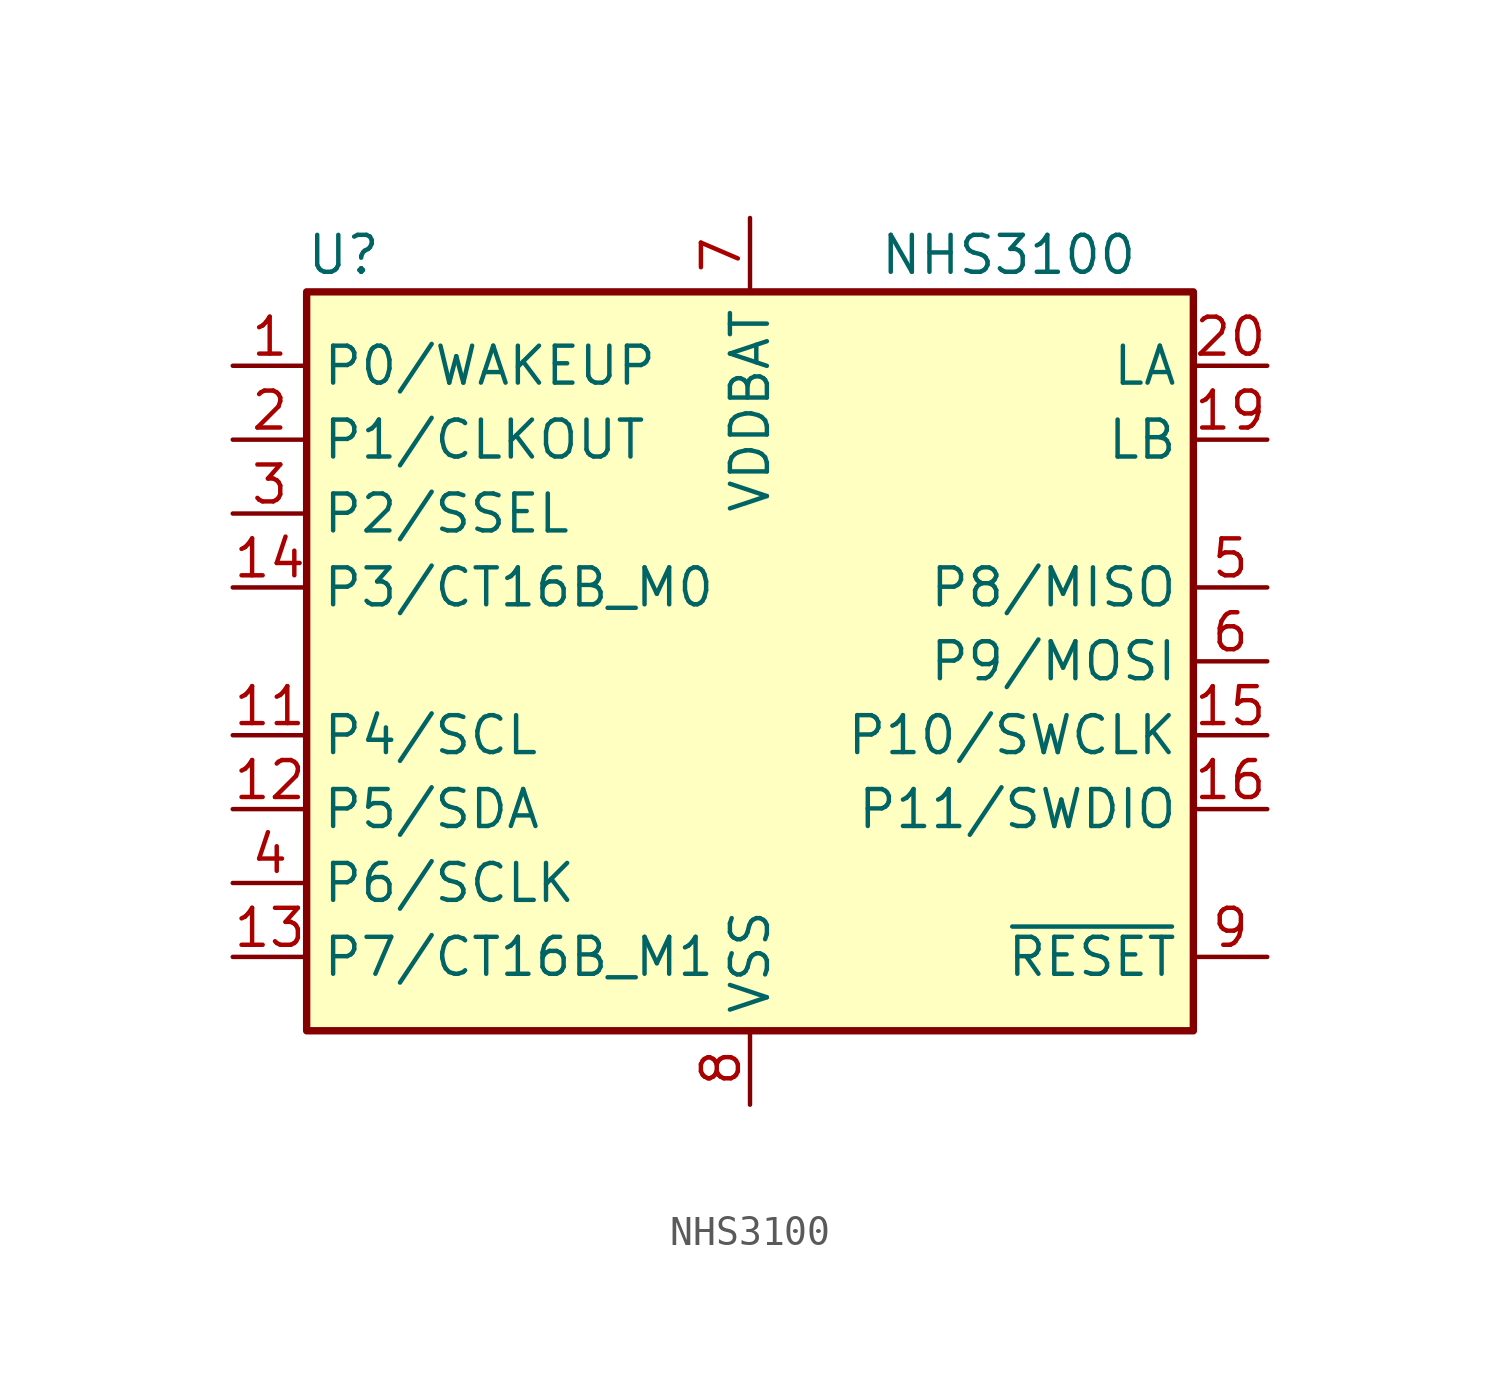
<source format=kicad_sym>
(kicad_symbol_lib
  (version 20241209)
  (generator "kicad_symbol_editor")
  (generator_version "9.0")
  (symbol "NHS3100"
    (property "Reference" "U"
      (at -13.97 13.97 0)
      (effects (font (size 1.27 1.27))))
    (property "Value" "NHS3100"
      (at 8.89 13.97 0)
      (effects (font (size 1.27 1.27))))
    (symbol "NHS3100_0_1"
      (rectangle (start 15.24 -12.7) (end -15.24 12.7) (stroke (width 0.254) (type default)) (fill (type background))))
    (symbol "NHS3100_1_1"
      (pin bidirectional line (at -17.78 10.16 0) (length 2.54) (name "P0/WAKEUP" (effects (font (size 1.27 1.27)))) (number "1" (effects (font (size 1.27 1.27)))))
      (pin bidirectional line (at -17.78 7.62 0) (length 2.54) (name "P1/CLKOUT" (effects (font (size 1.27 1.27)))) (number "2" (effects (font (size 1.27 1.27)))))
      (pin bidirectional line (at -17.78 5.08 0) (length 2.54) (name "P2/SSEL" (effects (font (size 1.27 1.27)))) (number "3" (effects (font (size 1.27 1.27)))))
      (pin bidirectional line (at -17.78 2.54 0) (length 2.54) (name "P3/CT16B_M0" (effects (font (size 1.27 1.27)))) (number "14" (effects (font (size 1.27 1.27)))))
      (pin bidirectional line (at -17.78 -2.54 0) (length 2.54) (name "P4/SCL" (effects (font (size 1.27 1.27)))) (number "11" (effects (font (size 1.27 1.27)))))
      (pin bidirectional line (at -17.78 -5.08 0) (length 2.54) (name "P5/SDA" (effects (font (size 1.27 1.27)))) (number "12" (effects (font (size 1.27 1.27)))))
      (pin bidirectional line (at -17.78 -7.62 0) (length 2.54) (name "P6/SCLK" (effects (font (size 1.27 1.27)))) (number "4" (effects (font (size 1.27 1.27)))))
      (pin bidirectional line (at -17.78 -10.16 0) (length 2.54) (name "P7/CT16B_M1" (effects (font (size 1.27 1.27)))) (number "13" (effects (font (size 1.27 1.27)))))
      (pin no_connect line (at -15.24 0 0) (length 2.54) (hide yes) (name "reserved" (effects (font (size 1.27 1.27)))) (number "10" (effects (font (size 1.27 1.27)))))
      (pin power_in line (at 0 15.24 270) (length 2.54) (name "VDDBAT" (effects (font (size 1.27 1.27)))) (number "7" (effects (font (size 1.27 1.27)))))
      (pin passive line (at 0 -15.24 90) (length 2.54) (hide yes) (name "VSS" (effects (font (size 1.27 1.27)))) (number "17" (effects (font (size 1.27 1.27)))))
      (pin passive line (at 0 -15.24 90) (length 2.54) (hide yes) (name "VSS" (effects (font (size 1.27 1.27)))) (number "18" (effects (font (size 1.27 1.27)))))
      (pin passive line (at 0 -15.24 90) (length 2.54) (hide yes) (name "VSS" (effects (font (size 1.27 1.27)))) (number "21" (effects (font (size 1.27 1.27)))))
      (pin passive line (at 0 -15.24 90) (length 2.54) (hide yes) (name "VSS" (effects (font (size 1.27 1.27)))) (number "22" (effects (font (size 1.27 1.27)))))
      (pin passive line (at 0 -15.24 90) (length 2.54) (hide yes) (name "VSS" (effects (font (size 1.27 1.27)))) (number "23" (effects (font (size 1.27 1.27)))))
      (pin passive line (at 0 -15.24 90) (length 2.54) (hide yes) (name "VSS" (effects (font (size 1.27 1.27)))) (number "24" (effects (font (size 1.27 1.27)))))
      (pin passive line (at 0 -15.24 90) (length 2.54) (hide yes) (name "VSS" (effects (font (size 1.27 1.27)))) (number "25" (effects (font (size 1.27 1.27)))))
      (pin power_in line (at 0 -15.24 90) (length 2.54) (name "VSS" (effects (font (size 1.27 1.27)))) (number "8" (effects (font (size 1.27 1.27)))))
      (pin passive line (at 17.78 10.16 180) (length 2.54) (name "LA" (effects (font (size 1.27 1.27)))) (number "20" (effects (font (size 1.27 1.27)))))
      (pin passive line (at 17.78 7.62 180) (length 2.54) (name "LB" (effects (font (size 1.27 1.27)))) (number "19" (effects (font (size 1.27 1.27)))))
      (pin bidirectional line (at 17.78 2.54 180) (length 2.54) (name "P8/MISO" (effects (font (size 1.27 1.27)))) (number "5" (effects (font (size 1.27 1.27)))))
      (pin bidirectional line (at 17.78 0 180) (length 2.54) (name "P9/MOSI" (effects (font (size 1.27 1.27)))) (number "6" (effects (font (size 1.27 1.27)))))
      (pin bidirectional line (at 17.78 -2.54 180) (length 2.54) (name "P10/SWCLK" (effects (font (size 1.27 1.27)))) (number "15" (effects (font (size 1.27 1.27)))))
      (pin bidirectional line (at 17.78 -5.08 180) (length 2.54) (name "P11/SWDIO" (effects (font (size 1.27 1.27)))) (number "16" (effects (font (size 1.27 1.27)))))
      (pin input line (at 17.78 -10.16 180) (length 2.54) (name "~{RESET}" (effects (font (size 1.27 1.27)))) (number "9" (effects (font (size 1.27 1.27))))))))
</source>
